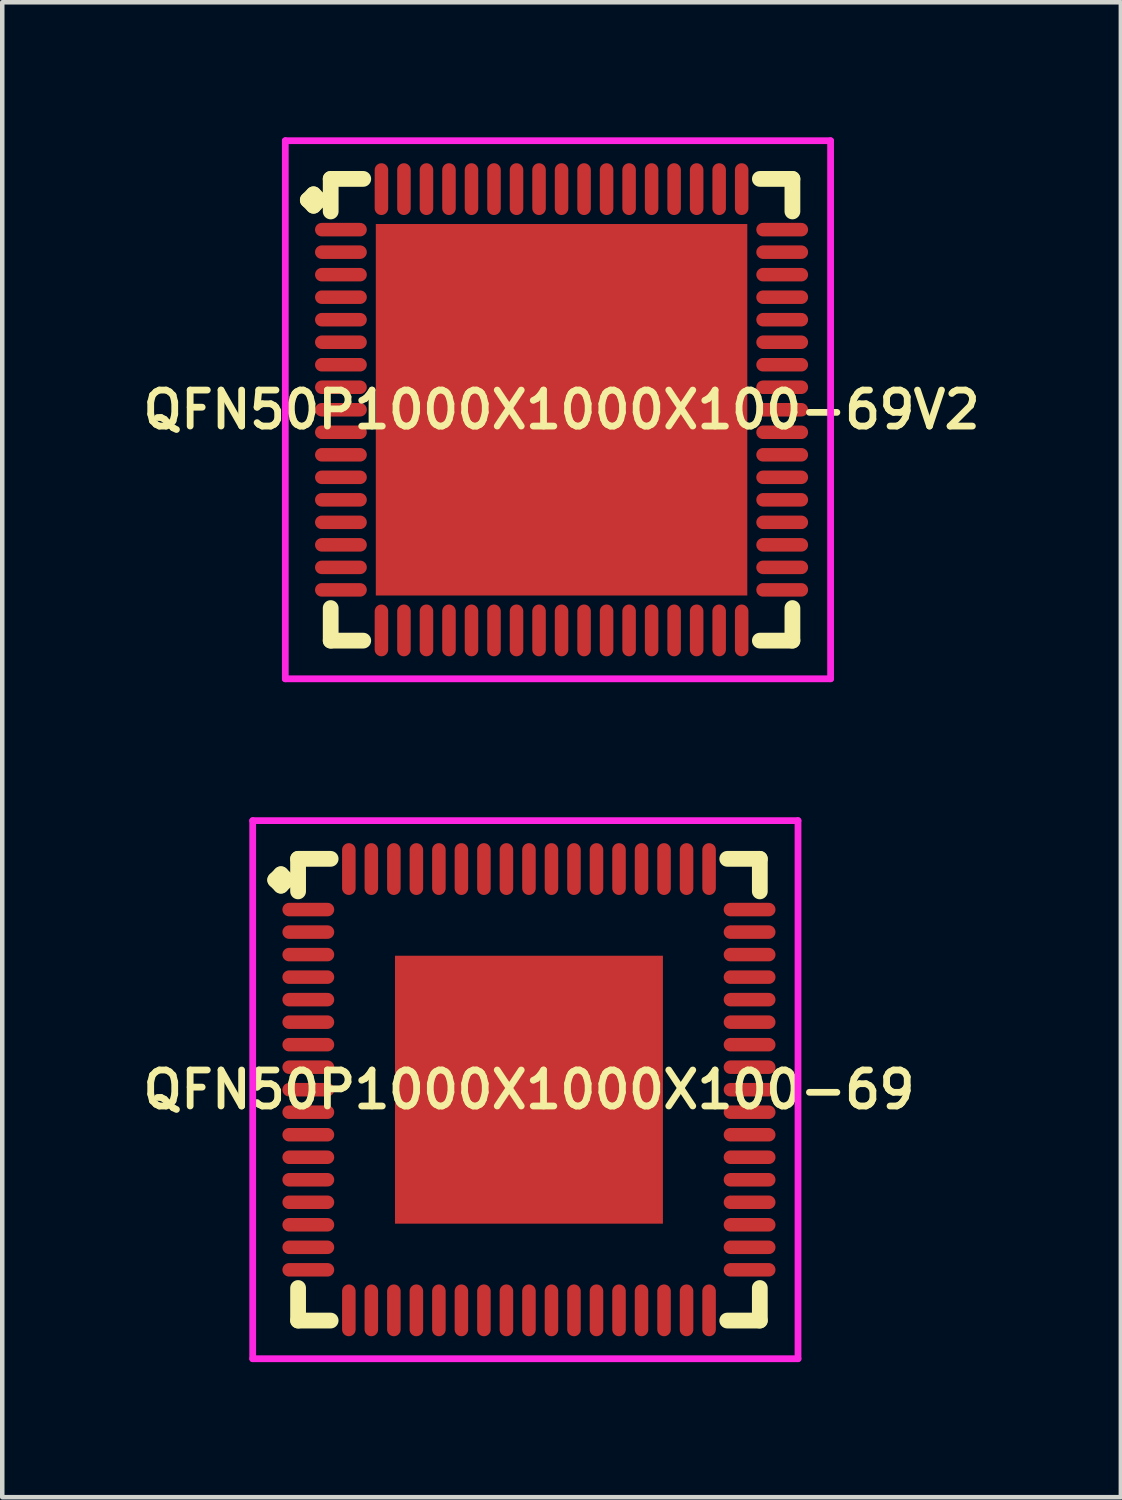
<source format=kicad_pcb>
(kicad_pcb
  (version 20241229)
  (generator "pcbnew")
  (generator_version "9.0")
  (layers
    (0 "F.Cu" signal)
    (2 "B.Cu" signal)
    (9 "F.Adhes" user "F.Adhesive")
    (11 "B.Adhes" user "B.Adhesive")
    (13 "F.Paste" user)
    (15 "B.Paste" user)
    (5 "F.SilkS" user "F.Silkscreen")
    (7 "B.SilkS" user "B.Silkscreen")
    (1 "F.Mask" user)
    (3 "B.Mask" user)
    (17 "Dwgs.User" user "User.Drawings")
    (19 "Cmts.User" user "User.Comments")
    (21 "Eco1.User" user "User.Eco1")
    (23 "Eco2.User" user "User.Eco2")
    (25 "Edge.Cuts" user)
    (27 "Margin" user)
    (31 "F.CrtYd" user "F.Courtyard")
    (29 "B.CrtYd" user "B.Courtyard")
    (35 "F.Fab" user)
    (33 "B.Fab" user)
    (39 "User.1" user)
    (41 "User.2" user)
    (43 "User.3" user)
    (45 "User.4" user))
  (footprint "QFN50P1000X1000X100-69V2"
    (layer "F.Cu")
    (at 9.421 6.05)
    (property "Reference" "QFN50P1000X1000X100-69V2" (at 0 0 0) (layer "F.SilkS") (effects (font (size 0.8 0.8) (thickness 0.15))))
    (attr smd)
    (fp_line (start -5.635 -4.658) (end -5.508 -4.785) (stroke (width 0.35) (type solid)) (layer "F.SilkS"))
    (fp_line (start -5.508 -4.785) (end -5.381 -4.658) (stroke (width 0.35) (type solid)) (layer "F.SilkS"))
    (fp_line (start -5.508 -4.531) (end -5.635 -4.658) (stroke (width 0.35) (type solid)) (layer "F.SilkS"))
    (fp_line (start -5.381 -4.658) (end -5.508 -4.531) (stroke (width 0.35) (type solid)) (layer "F.SilkS"))
    (fp_line (start -5.127 -5.127) (end -4.404 -5.127) (stroke (width 0.35) (type solid)) (layer "F.SilkS"))
    (fp_line (start -5.127 -4.404) (end -5.127 -5.127) (stroke (width 0.35) (type solid)) (layer "F.SilkS"))
    (fp_line (start -5.127 4.404) (end -5.127 5.127) (stroke (width 0.35) (type solid)) (layer "F.SilkS"))
    (fp_line (start -5.127 5.127) (end -4.404 5.127) (stroke (width 0.35) (type solid)) (layer "F.SilkS"))
    (fp_line (start 4.404 -5.127) (end 5.127 -5.127) (stroke (width 0.35) (type solid)) (layer "F.SilkS"))
    (fp_line (start 4.404 5.127) (end 5.127 5.127) (stroke (width 0.35) (type solid)) (layer "F.SilkS"))
    (fp_line (start 5.127 -5.127) (end 5.127 -4.404) (stroke (width 0.35) (type solid)) (layer "F.SilkS"))
    (fp_line (start 5.127 5.127) (end 5.127 4.404) (stroke (width 0.35) (type solid)) (layer "F.SilkS"))
    (fp_line (start -6.135 -5.975) (end 5.975 -5.975) (stroke (width 0.15) (type solid)) (layer "F.CrtYd"))
    (fp_line (start -6.135 5.975) (end -6.135 -5.975) (stroke (width 0.15) (type solid)) (layer "F.CrtYd"))
    (fp_line (start 5.975 -5.975) (end 5.975 5.975) (stroke (width 0.15) (type solid)) (layer "F.CrtYd"))
    (fp_line (start 5.975 5.975) (end -6.135 5.975) (stroke (width 0.15) (type solid)) (layer "F.CrtYd"))
    (pad "1" smd oval (at -4.9 -4) (size 1.15 0.3) (layers "F.Cu" "F.Mask" "F.Paste"))
    (pad "2" smd oval (at -4.9 -3.5) (size 1.15 0.3) (layers "F.Cu" "F.Mask" "F.Paste"))
    (pad "3" smd oval (at -4.9 -3) (size 1.15 0.3) (layers "F.Cu" "F.Mask" "F.Paste"))
    (pad "4" smd oval (at -4.9 -2.5) (size 1.15 0.3) (layers "F.Cu" "F.Mask" "F.Paste"))
    (pad "5" smd oval (at -4.9 -2) (size 1.15 0.3) (layers "F.Cu" "F.Mask" "F.Paste"))
    (pad "6" smd oval (at -4.9 -1.5) (size 1.15 0.3) (layers "F.Cu" "F.Mask" "F.Paste"))
    (pad "7" smd oval (at -4.9 -1) (size 1.15 0.3) (layers "F.Cu" "F.Mask" "F.Paste"))
    (pad "8" smd oval (at -4.9 -0.5) (size 1.15 0.3) (layers "F.Cu" "F.Mask" "F.Paste"))
    (pad "9" smd oval (at -4.9 0) (size 1.15 0.3) (layers "F.Cu" "F.Mask" "F.Paste"))
    (pad "10" smd oval (at -4.9 0.5) (size 1.15 0.3) (layers "F.Cu" "F.Mask" "F.Paste"))
    (pad "11" smd oval (at -4.9 1) (size 1.15 0.3) (layers "F.Cu" "F.Mask" "F.Paste"))
    (pad "12" smd oval (at -4.9 1.5) (size 1.15 0.3) (layers "F.Cu" "F.Mask" "F.Paste"))
    (pad "13" smd oval (at -4.9 2) (size 1.15 0.3) (layers "F.Cu" "F.Mask" "F.Paste"))
    (pad "14" smd oval (at -4.9 2.5) (size 1.15 0.3) (layers "F.Cu" "F.Mask" "F.Paste"))
    (pad "15" smd oval (at -4.9 3) (size 1.15 0.3) (layers "F.Cu" "F.Mask" "F.Paste"))
    (pad "16" smd oval (at -4.9 3.5) (size 1.15 0.3) (layers "F.Cu" "F.Mask" "F.Paste"))
    (pad "17" smd oval (at -4.9 4) (size 1.15 0.3) (layers "F.Cu" "F.Mask" "F.Paste"))
    (pad "18" smd oval (at -4 4.9) (size 0.3 1.15) (layers "F.Cu" "F.Mask" "F.Paste"))
    (pad "19" smd oval (at -3.5 4.9) (size 0.3 1.15) (layers "F.Cu" "F.Mask" "F.Paste"))
    (pad "20" smd oval (at -3 4.9) (size 0.3 1.15) (layers "F.Cu" "F.Mask" "F.Paste"))
    (pad "21" smd oval (at -2.5 4.9) (size 0.3 1.15) (layers "F.Cu" "F.Mask" "F.Paste"))
    (pad "22" smd oval (at -2 4.9) (size 0.3 1.15) (layers "F.Cu" "F.Mask" "F.Paste"))
    (pad "23" smd oval (at -1.5 4.9) (size 0.3 1.15) (layers "F.Cu" "F.Mask" "F.Paste"))
    (pad "24" smd oval (at -1 4.9) (size 0.3 1.15) (layers "F.Cu" "F.Mask" "F.Paste"))
    (pad "25" smd oval (at -0.5 4.9) (size 0.3 1.15) (layers "F.Cu" "F.Mask" "F.Paste"))
    (pad "26" smd oval (at 0 4.9) (size 0.3 1.15) (layers "F.Cu" "F.Mask" "F.Paste"))
    (pad "27" smd oval (at 0.5 4.9) (size 0.3 1.15) (layers "F.Cu" "F.Mask" "F.Paste"))
    (pad "28" smd oval (at 1 4.9) (size 0.3 1.15) (layers "F.Cu" "F.Mask" "F.Paste"))
    (pad "29" smd oval (at 1.5 4.9) (size 0.3 1.15) (layers "F.Cu" "F.Mask" "F.Paste"))
    (pad "30" smd oval (at 2 4.9) (size 0.3 1.15) (layers "F.Cu" "F.Mask" "F.Paste"))
    (pad "31" smd oval (at 2.5 4.9) (size 0.3 1.15) (layers "F.Cu" "F.Mask" "F.Paste"))
    (pad "32" smd oval (at 3 4.9) (size 0.3 1.15) (layers "F.Cu" "F.Mask" "F.Paste"))
    (pad "33" smd oval (at 3.5 4.9) (size 0.3 1.15) (layers "F.Cu" "F.Mask" "F.Paste"))
    (pad "34" smd oval (at 4 4.9) (size 0.3 1.15) (layers "F.Cu" "F.Mask" "F.Paste"))
    (pad "35" smd oval (at 4.9 4) (size 1.15 0.3) (layers "F.Cu" "F.Mask" "F.Paste"))
    (pad "36" smd oval (at 4.9 3.5) (size 1.15 0.3) (layers "F.Cu" "F.Mask" "F.Paste"))
    (pad "37" smd oval (at 4.9 3) (size 1.15 0.3) (layers "F.Cu" "F.Mask" "F.Paste"))
    (pad "38" smd oval (at 4.9 2.5) (size 1.15 0.3) (layers "F.Cu" "F.Mask" "F.Paste"))
    (pad "39" smd oval (at 4.9 2) (size 1.15 0.3) (layers "F.Cu" "F.Mask" "F.Paste"))
    (pad "40" smd oval (at 4.9 1.5) (size 1.15 0.3) (layers "F.Cu" "F.Mask" "F.Paste"))
    (pad "41" smd oval (at 4.9 1) (size 1.15 0.3) (layers "F.Cu" "F.Mask" "F.Paste"))
    (pad "42" smd oval (at 4.9 0.5) (size 1.15 0.3) (layers "F.Cu" "F.Mask" "F.Paste"))
    (pad "43" smd oval (at 4.9 0) (size 1.15 0.3) (layers "F.Cu" "F.Mask" "F.Paste"))
    (pad "44" smd oval (at 4.9 -0.5) (size 1.15 0.3) (layers "F.Cu" "F.Mask" "F.Paste"))
    (pad "45" smd oval (at 4.9 -1) (size 1.15 0.3) (layers "F.Cu" "F.Mask" "F.Paste"))
    (pad "46" smd oval (at 4.9 -1.5) (size 1.15 0.3) (layers "F.Cu" "F.Mask" "F.Paste"))
    (pad "47" smd oval (at 4.9 -2) (size 1.15 0.3) (layers "F.Cu" "F.Mask" "F.Paste"))
    (pad "48" smd oval (at 4.9 -2.5) (size 1.15 0.3) (layers "F.Cu" "F.Mask" "F.Paste"))
    (pad "49" smd oval (at 4.9 -3) (size 1.15 0.3) (layers "F.Cu" "F.Mask" "F.Paste"))
    (pad "50" smd oval (at 4.9 -3.5) (size 1.15 0.3) (layers "F.Cu" "F.Mask" "F.Paste"))
    (pad "51" smd oval (at 4.9 -4) (size 1.15 0.3) (layers "F.Cu" "F.Mask" "F.Paste"))
    (pad "52" smd oval (at 4 -4.9) (size 0.3 1.15) (layers "F.Cu" "F.Mask" "F.Paste"))
    (pad "53" smd oval (at 3.5 -4.9) (size 0.3 1.15) (layers "F.Cu" "F.Mask" "F.Paste"))
    (pad "54" smd oval (at 3 -4.9) (size 0.3 1.15) (layers "F.Cu" "F.Mask" "F.Paste"))
    (pad "55" smd oval (at 2.5 -4.9) (size 0.3 1.15) (layers "F.Cu" "F.Mask" "F.Paste"))
    (pad "56" smd oval (at 2 -4.9) (size 0.3 1.15) (layers "F.Cu" "F.Mask" "F.Paste"))
    (pad "57" smd oval (at 1.5 -4.9) (size 0.3 1.15) (layers "F.Cu" "F.Mask" "F.Paste"))
    (pad "58" smd oval (at 1 -4.9) (size 0.3 1.15) (layers "F.Cu" "F.Mask" "F.Paste"))
    (pad "59" smd oval (at 0.5 -4.9) (size 0.3 1.15) (layers "F.Cu" "F.Mask" "F.Paste"))
    (pad "60" smd oval (at 0 -4.9) (size 0.3 1.15) (layers "F.Cu" "F.Mask" "F.Paste"))
    (pad "61" smd oval (at -0.5 -4.9) (size 0.3 1.15) (layers "F.Cu" "F.Mask" "F.Paste"))
    (pad "62" smd oval (at -1 -4.9) (size 0.3 1.15) (layers "F.Cu" "F.Mask" "F.Paste"))
    (pad "63" smd oval (at -1.5 -4.9) (size 0.3 1.15) (layers "F.Cu" "F.Mask" "F.Paste"))
    (pad "64" smd oval (at -2 -4.9) (size 0.3 1.15) (layers "F.Cu" "F.Mask" "F.Paste"))
    (pad "65" smd oval (at -2.5 -4.9) (size 0.3 1.15) (layers "F.Cu" "F.Mask" "F.Paste"))
    (pad "66" smd oval (at -3 -4.9) (size 0.3 1.15) (layers "F.Cu" "F.Mask" "F.Paste"))
    (pad "67" smd oval (at -3.5 -4.9) (size 0.3 1.15) (layers "F.Cu" "F.Mask" "F.Paste"))
    (pad "68" smd oval (at -4 -4.9) (size 0.3 1.15) (layers "F.Cu" "F.Mask" "F.Paste"))
    (pad "69" smd rect (at 0 0) (size 8.25 8.25) (layers "F.Cu" "F.Mask" "F.Paste")))
  (footprint "QFN50P1000X1000X100-69"
    (layer "F.Cu")
    (at 8.697 21.15)
    (property "Reference" "QFN50P1000X1000X100-69" (at 0 0 0) (layer "F.SilkS") (effects (font (size 0.8 0.8) (thickness 0.15))))
    (attr smd)
    (fp_line (start -5.635 -4.658) (end -5.508 -4.785) (stroke (width 0.35) (type solid)) (layer "F.SilkS"))
    (fp_line (start -5.508 -4.785) (end -5.381 -4.658) (stroke (width 0.35) (type solid)) (layer "F.SilkS"))
    (fp_line (start -5.508 -4.531) (end -5.635 -4.658) (stroke (width 0.35) (type solid)) (layer "F.SilkS"))
    (fp_line (start -5.381 -4.658) (end -5.508 -4.531) (stroke (width 0.35) (type solid)) (layer "F.SilkS"))
    (fp_line (start -5.127 -5.127) (end -4.404 -5.127) (stroke (width 0.35) (type solid)) (layer "F.SilkS"))
    (fp_line (start -5.127 -4.404) (end -5.127 -5.127) (stroke (width 0.35) (type solid)) (layer "F.SilkS"))
    (fp_line (start -5.127 4.404) (end -5.127 5.127) (stroke (width 0.35) (type solid)) (layer "F.SilkS"))
    (fp_line (start -5.127 5.127) (end -4.404 5.127) (stroke (width 0.35) (type solid)) (layer "F.SilkS"))
    (fp_line (start 4.404 -5.127) (end 5.127 -5.127) (stroke (width 0.35) (type solid)) (layer "F.SilkS"))
    (fp_line (start 4.404 5.127) (end 5.127 5.127) (stroke (width 0.35) (type solid)) (layer "F.SilkS"))
    (fp_line (start 5.127 -5.127) (end 5.127 -4.404) (stroke (width 0.35) (type solid)) (layer "F.SilkS"))
    (fp_line (start 5.127 5.127) (end 5.127 4.404) (stroke (width 0.35) (type solid)) (layer "F.SilkS"))
    (fp_line (start -6.135 -5.975) (end 5.975 -5.975) (stroke (width 0.15) (type solid)) (layer "F.CrtYd"))
    (fp_line (start -6.135 5.975) (end -6.135 -5.975) (stroke (width 0.15) (type solid)) (layer "F.CrtYd"))
    (fp_line (start 5.975 -5.975) (end 5.975 5.975) (stroke (width 0.15) (type solid)) (layer "F.CrtYd"))
    (fp_line (start 5.975 5.975) (end -6.135 5.975) (stroke (width 0.15) (type solid)) (layer "F.CrtYd"))
    (pad "1" smd oval (at -4.9 -4) (size 1.15 0.3) (layers "F.Cu" "F.Mask" "F.Paste"))
    (pad "2" smd oval (at -4.9 -3.5) (size 1.15 0.3) (layers "F.Cu" "F.Mask" "F.Paste"))
    (pad "3" smd oval (at -4.9 -3) (size 1.15 0.3) (layers "F.Cu" "F.Mask" "F.Paste"))
    (pad "4" smd oval (at -4.9 -2.5) (size 1.15 0.3) (layers "F.Cu" "F.Mask" "F.Paste"))
    (pad "5" smd oval (at -4.9 -2) (size 1.15 0.3) (layers "F.Cu" "F.Mask" "F.Paste"))
    (pad "6" smd oval (at -4.9 -1.5) (size 1.15 0.3) (layers "F.Cu" "F.Mask" "F.Paste"))
    (pad "7" smd oval (at -4.9 -1) (size 1.15 0.3) (layers "F.Cu" "F.Mask" "F.Paste"))
    (pad "8" smd oval (at -4.9 -0.5) (size 1.15 0.3) (layers "F.Cu" "F.Mask" "F.Paste"))
    (pad "9" smd oval (at -4.9 0) (size 1.15 0.3) (layers "F.Cu" "F.Mask" "F.Paste"))
    (pad "10" smd oval (at -4.9 0.5) (size 1.15 0.3) (layers "F.Cu" "F.Mask" "F.Paste"))
    (pad "11" smd oval (at -4.9 1) (size 1.15 0.3) (layers "F.Cu" "F.Mask" "F.Paste"))
    (pad "12" smd oval (at -4.9 1.5) (size 1.15 0.3) (layers "F.Cu" "F.Mask" "F.Paste"))
    (pad "13" smd oval (at -4.9 2) (size 1.15 0.3) (layers "F.Cu" "F.Mask" "F.Paste"))
    (pad "14" smd oval (at -4.9 2.5) (size 1.15 0.3) (layers "F.Cu" "F.Mask" "F.Paste"))
    (pad "15" smd oval (at -4.9 3) (size 1.15 0.3) (layers "F.Cu" "F.Mask" "F.Paste"))
    (pad "16" smd oval (at -4.9 3.5) (size 1.15 0.3) (layers "F.Cu" "F.Mask" "F.Paste"))
    (pad "17" smd oval (at -4.9 4) (size 1.15 0.3) (layers "F.Cu" "F.Mask" "F.Paste"))
    (pad "18" smd oval (at -4 4.9) (size 0.3 1.15) (layers "F.Cu" "F.Mask" "F.Paste"))
    (pad "19" smd oval (at -3.5 4.9) (size 0.3 1.15) (layers "F.Cu" "F.Mask" "F.Paste"))
    (pad "20" smd oval (at -3 4.9) (size 0.3 1.15) (layers "F.Cu" "F.Mask" "F.Paste"))
    (pad "21" smd oval (at -2.5 4.9) (size 0.3 1.15) (layers "F.Cu" "F.Mask" "F.Paste"))
    (pad "22" smd oval (at -2 4.9) (size 0.3 1.15) (layers "F.Cu" "F.Mask" "F.Paste"))
    (pad "23" smd oval (at -1.5 4.9) (size 0.3 1.15) (layers "F.Cu" "F.Mask" "F.Paste"))
    (pad "24" smd oval (at -1 4.9) (size 0.3 1.15) (layers "F.Cu" "F.Mask" "F.Paste"))
    (pad "25" smd oval (at -0.5 4.9) (size 0.3 1.15) (layers "F.Cu" "F.Mask" "F.Paste"))
    (pad "26" smd oval (at 0 4.9) (size 0.3 1.15) (layers "F.Cu" "F.Mask" "F.Paste"))
    (pad "27" smd oval (at 0.5 4.9) (size 0.3 1.15) (layers "F.Cu" "F.Mask" "F.Paste"))
    (pad "28" smd oval (at 1 4.9) (size 0.3 1.15) (layers "F.Cu" "F.Mask" "F.Paste"))
    (pad "29" smd oval (at 1.5 4.9) (size 0.3 1.15) (layers "F.Cu" "F.Mask" "F.Paste"))
    (pad "30" smd oval (at 2 4.9) (size 0.3 1.15) (layers "F.Cu" "F.Mask" "F.Paste"))
    (pad "31" smd oval (at 2.5 4.9) (size 0.3 1.15) (layers "F.Cu" "F.Mask" "F.Paste"))
    (pad "32" smd oval (at 3 4.9) (size 0.3 1.15) (layers "F.Cu" "F.Mask" "F.Paste"))
    (pad "33" smd oval (at 3.5 4.9) (size 0.3 1.15) (layers "F.Cu" "F.Mask" "F.Paste"))
    (pad "34" smd oval (at 4 4.9) (size 0.3 1.15) (layers "F.Cu" "F.Mask" "F.Paste"))
    (pad "35" smd oval (at 4.9 4) (size 1.15 0.3) (layers "F.Cu" "F.Mask" "F.Paste"))
    (pad "36" smd oval (at 4.9 3.5) (size 1.15 0.3) (layers "F.Cu" "F.Mask" "F.Paste"))
    (pad "37" smd oval (at 4.9 3) (size 1.15 0.3) (layers "F.Cu" "F.Mask" "F.Paste"))
    (pad "38" smd oval (at 4.9 2.5) (size 1.15 0.3) (layers "F.Cu" "F.Mask" "F.Paste"))
    (pad "39" smd oval (at 4.9 2) (size 1.15 0.3) (layers "F.Cu" "F.Mask" "F.Paste"))
    (pad "40" smd oval (at 4.9 1.5) (size 1.15 0.3) (layers "F.Cu" "F.Mask" "F.Paste"))
    (pad "41" smd oval (at 4.9 1) (size 1.15 0.3) (layers "F.Cu" "F.Mask" "F.Paste"))
    (pad "42" smd oval (at 4.9 0.5) (size 1.15 0.3) (layers "F.Cu" "F.Mask" "F.Paste"))
    (pad "43" smd oval (at 4.9 0) (size 1.15 0.3) (layers "F.Cu" "F.Mask" "F.Paste"))
    (pad "44" smd oval (at 4.9 -0.5) (size 1.15 0.3) (layers "F.Cu" "F.Mask" "F.Paste"))
    (pad "45" smd oval (at 4.9 -1) (size 1.15 0.3) (layers "F.Cu" "F.Mask" "F.Paste"))
    (pad "46" smd oval (at 4.9 -1.5) (size 1.15 0.3) (layers "F.Cu" "F.Mask" "F.Paste"))
    (pad "47" smd oval (at 4.9 -2) (size 1.15 0.3) (layers "F.Cu" "F.Mask" "F.Paste"))
    (pad "48" smd oval (at 4.9 -2.5) (size 1.15 0.3) (layers "F.Cu" "F.Mask" "F.Paste"))
    (pad "49" smd oval (at 4.9 -3) (size 1.15 0.3) (layers "F.Cu" "F.Mask" "F.Paste"))
    (pad "50" smd oval (at 4.9 -3.5) (size 1.15 0.3) (layers "F.Cu" "F.Mask" "F.Paste"))
    (pad "51" smd oval (at 4.9 -4) (size 1.15 0.3) (layers "F.Cu" "F.Mask" "F.Paste"))
    (pad "52" smd oval (at 4 -4.9) (size 0.3 1.15) (layers "F.Cu" "F.Mask" "F.Paste"))
    (pad "53" smd oval (at 3.5 -4.9) (size 0.3 1.15) (layers "F.Cu" "F.Mask" "F.Paste"))
    (pad "54" smd oval (at 3 -4.9) (size 0.3 1.15) (layers "F.Cu" "F.Mask" "F.Paste"))
    (pad "55" smd oval (at 2.5 -4.9) (size 0.3 1.15) (layers "F.Cu" "F.Mask" "F.Paste"))
    (pad "56" smd oval (at 2 -4.9) (size 0.3 1.15) (layers "F.Cu" "F.Mask" "F.Paste"))
    (pad "57" smd oval (at 1.5 -4.9) (size 0.3 1.15) (layers "F.Cu" "F.Mask" "F.Paste"))
    (pad "58" smd oval (at 1 -4.9) (size 0.3 1.15) (layers "F.Cu" "F.Mask" "F.Paste"))
    (pad "59" smd oval (at 0.5 -4.9) (size 0.3 1.15) (layers "F.Cu" "F.Mask" "F.Paste"))
    (pad "60" smd oval (at 0 -4.9) (size 0.3 1.15) (layers "F.Cu" "F.Mask" "F.Paste"))
    (pad "61" smd oval (at -0.5 -4.9) (size 0.3 1.15) (layers "F.Cu" "F.Mask" "F.Paste"))
    (pad "62" smd oval (at -1 -4.9) (size 0.3 1.15) (layers "F.Cu" "F.Mask" "F.Paste"))
    (pad "63" smd oval (at -1.5 -4.9) (size 0.3 1.15) (layers "F.Cu" "F.Mask" "F.Paste"))
    (pad "64" smd oval (at -2 -4.9) (size 0.3 1.15) (layers "F.Cu" "F.Mask" "F.Paste"))
    (pad "65" smd oval (at -2.5 -4.9) (size 0.3 1.15) (layers "F.Cu" "F.Mask" "F.Paste"))
    (pad "66" smd oval (at -3 -4.9) (size 0.3 1.15) (layers "F.Cu" "F.Mask" "F.Paste"))
    (pad "67" smd oval (at -3.5 -4.9) (size 0.3 1.15) (layers "F.Cu" "F.Mask" "F.Paste"))
    (pad "68" smd oval (at -4 -4.9) (size 0.3 1.15) (layers "F.Cu" "F.Mask" "F.Paste"))
    (pad "69" smd rect (at 0 0) (size 5.95 5.95) (layers "F.Cu" "F.Mask" "F.Paste")))
  (gr_rect
    (start -3 -3)
    (end 21.842 30.2)
    (stroke (width 0.1) (type default))
    (fill no)
    (layer "Edge.Cuts")))
</source>
